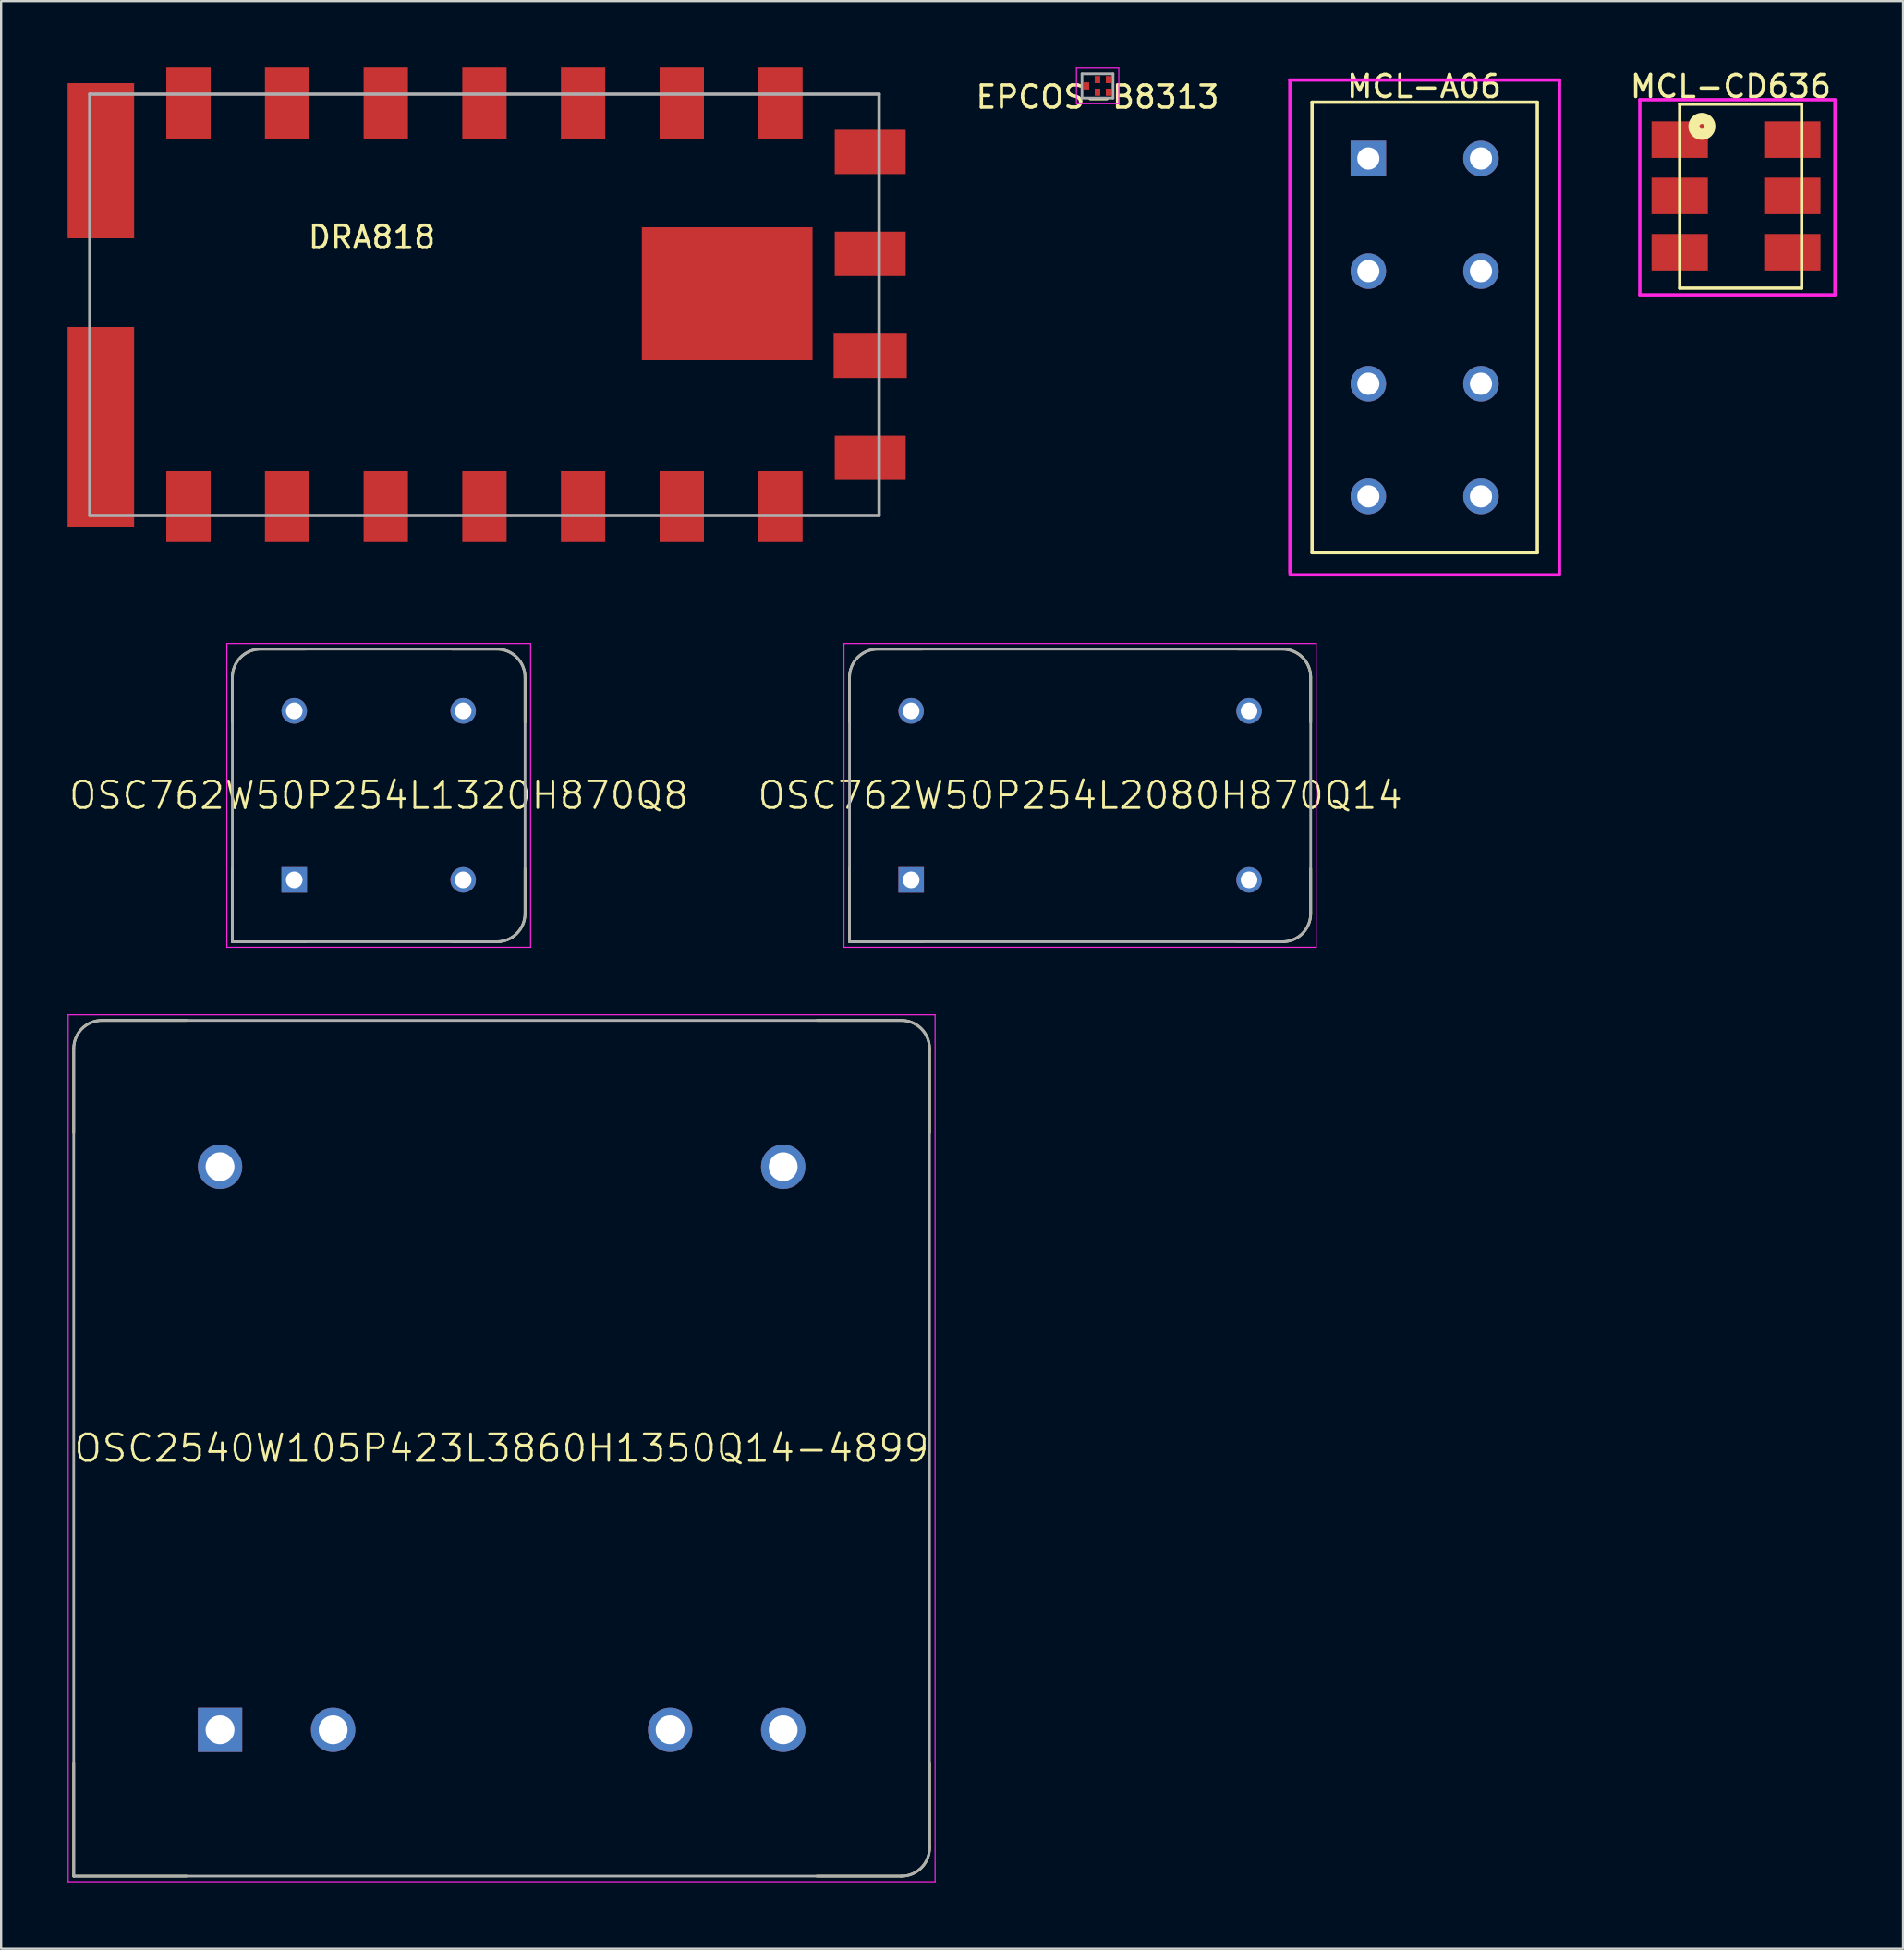
<source format=kicad_pcb>
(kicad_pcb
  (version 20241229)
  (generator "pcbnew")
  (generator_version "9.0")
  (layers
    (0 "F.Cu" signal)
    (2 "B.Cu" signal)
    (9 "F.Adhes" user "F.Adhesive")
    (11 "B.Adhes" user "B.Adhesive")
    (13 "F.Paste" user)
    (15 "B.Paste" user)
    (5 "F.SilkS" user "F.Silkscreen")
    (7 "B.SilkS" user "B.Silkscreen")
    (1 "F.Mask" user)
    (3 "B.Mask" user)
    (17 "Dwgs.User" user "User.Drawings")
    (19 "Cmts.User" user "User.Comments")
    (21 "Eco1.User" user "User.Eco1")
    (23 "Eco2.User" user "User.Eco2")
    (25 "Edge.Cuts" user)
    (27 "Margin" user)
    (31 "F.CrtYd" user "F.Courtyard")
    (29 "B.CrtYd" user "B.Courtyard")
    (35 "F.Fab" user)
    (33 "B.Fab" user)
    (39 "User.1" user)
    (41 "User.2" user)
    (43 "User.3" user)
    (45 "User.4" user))
  (footprint "MCL-A06"
    (layer "F.Cu")
    (at 61.207 11.719)
    (property "Reference" "MCL-A06" (at -0.025 -10.871 0) (layer "F.SilkS") (effects (font (size 1 1) (thickness 0.15))))
    (attr through_hole)
    (fp_line (start -5.08 -10.16) (end 5.08 -10.16) (stroke (width 0.15) (type solid)) (layer "F.SilkS"))
    (fp_line (start -5.08 10.16) (end -5.08 -10.16) (stroke (width 0.15) (type solid)) (layer "F.SilkS"))
    (fp_line (start 5.08 -10.16) (end 5.08 10.16) (stroke (width 0.15) (type solid)) (layer "F.SilkS"))
    (fp_line (start 5.08 10.16) (end -5.08 10.16) (stroke (width 0.15) (type solid)) (layer "F.SilkS"))
    (fp_line (start -6.08 -11.16) (end -6.08 11.06) (stroke (width 0.15) (type solid)) (layer "F.CrtYd"))
    (fp_line (start -6.08 -11.16) (end 6.08 -11.16) (stroke (width 0.15) (type solid)) (layer "F.CrtYd"))
    (fp_line (start -6.08 11.16) (end 6.08 11.16) (stroke (width 0.15) (type solid)) (layer "F.CrtYd"))
    (fp_line (start 6.08 -11.16) (end 6.08 11.16) (stroke (width 0.15) (type solid)) (layer "F.CrtYd"))
    (pad "1" thru_hole rect (at -2.54 -7.62) (size 1.6 1.6) (drill 1) (layers "*.Cu" "*.Mask"))
    (pad "2" thru_hole circle (at 2.54 -7.62) (size 1.6 1.6) (drill 1) (layers "*.Cu" "*.Mask"))
    (pad "3" thru_hole circle (at -2.54 -2.54) (size 1.6 1.6) (drill 1) (layers "*.Cu" "*.Mask"))
    (pad "4" thru_hole circle (at 2.54 -2.54) (size 1.6 1.6) (drill 1) (layers "*.Cu" "*.Mask"))
    (pad "5" thru_hole circle (at -2.54 2.54) (size 1.6 1.6) (drill 1) (layers "*.Cu" "*.Mask"))
    (pad "6" thru_hole circle (at 2.54 2.54) (size 1.6 1.6) (drill 1) (layers "*.Cu" "*.Mask"))
    (pad "7" thru_hole circle (at -2.54 7.62) (size 1.6 1.6) (drill 1) (layers "*.Cu" "*.Mask"))
    (pad "8" thru_hole circle (at 2.54 7.62) (size 1.6 1.6) (drill 1) (layers "*.Cu" "*.Mask")))
  (footprint "DRA818"
    (layer "F.Cu")
    (at 18.8 10.7)
    (property "Reference" "DRA818" (at -5.08 -3.048 0) (layer "F.SilkS") (effects (font (size 1 1) (thickness 0.15))))
    (attr through_hole)
    (fp_line (start -17.8 -9.5) (end 17.8 -9.5) (stroke (width 0.15) (type solid)) (layer "F.Fab"))
    (fp_line (start -17.8 9.5) (end -17.8 -9.5) (stroke (width 0.15) (type solid)) (layer "F.Fab"))
    (fp_line (start 17.8 -9.5) (end 17.8 9.5) (stroke (width 0.15) (type solid)) (layer "F.Fab"))
    (fp_line (start 17.8 9.5) (end -17.8 9.5) (stroke (width 0.15) (type solid)) (layer "F.Fab"))
    (pad "1" smd rect (at -13.35 -9.1) (size 2 3.2) (layers "F.Cu" "F.Mask" "F.Paste"))
    (pad "2" smd rect (at -8.9 -9.1) (size 2 3.2) (layers "F.Cu" "F.Mask" "F.Paste"))
    (pad "3" smd rect (at -4.45 -9.1) (size 2 3.2) (layers "F.Cu" "F.Mask" "F.Paste"))
    (pad "4" smd rect (at 0 -9.1) (size 2 3.2) (layers "F.Cu" "F.Mask" "F.Paste"))
    (pad "5" smd rect (at 4.45 -9.1) (size 2 3.2) (layers "F.Cu" "F.Mask" "F.Paste"))
    (pad "6" smd rect (at 8.9 -9.1) (size 2 3.2) (layers "F.Cu" "F.Mask" "F.Paste"))
    (pad "7" smd rect (at 13.35 -9.1) (size 2 3.2) (layers "F.Cu" "F.Mask" "F.Paste"))
    (pad "8" smd rect (at 17.4 -6.9 90) (size 2 3.2) (layers "F.Cu" "F.Mask" "F.Paste"))
    (pad "9" smd rect (at 17.4 -2.3 90) (size 2 3.2) (layers "F.Cu" "F.Mask" "F.Paste"))
    (pad "10" smd rect (at 17.4 2.3 90) (size 2 3.3) (layers "F.Cu" "F.Mask" "F.Paste"))
    (pad "11" smd rect (at 17.4 6.9 90) (size 2 3.2) (layers "F.Cu" "F.Mask" "F.Paste"))
    (pad "12" smd rect (at 13.35 9.1) (size 2 3.2) (layers "F.Cu" "F.Mask" "F.Paste"))
    (pad "13" smd rect (at 8.9 9.1) (size 2 3.2) (layers "F.Cu" "F.Mask" "F.Paste"))
    (pad "14" smd rect (at 4.45 9.1) (size 2 3.2) (layers "F.Cu" "F.Mask" "F.Paste"))
    (pad "15" smd rect (at 0 9.1) (size 2 3.2) (layers "F.Cu" "F.Mask" "F.Paste"))
    (pad "16" smd rect (at -4.45 9.1) (size 2 3.2) (layers "F.Cu" "F.Mask" "F.Paste"))
    (pad "17" smd rect (at -8.9 9.1) (size 2 3.2) (layers "F.Cu" "F.Mask" "F.Paste"))
    (pad "18" smd rect (at -13.35 9.1) (size 2 3.2) (layers "F.Cu" "F.Mask" "F.Paste"))
    (pad "P1" smd rect (at 10.95 -0.5) (size 7.7 6) (layers "F.Cu" "F.Mask" "F.Paste"))
    (pad "P2" smd rect (at -17.3 -6.5) (size 3 7) (layers "F.Cu" "F.Mask" "F.Paste"))
    (pad "P3" smd rect (at -17.3 5.5) (size 3 9) (layers "F.Cu" "F.Mask" "F.Paste")))
  (footprint "OSC762W50P254L1320H870Q8"
    (layer "F.Cu")
    (at 14.031 32.829)
    (property "Reference" "OSC762W50P254L1320H870Q8" (at 0 0 0) (layer "F.SilkS") (effects (font (size 1.2 1.2) (thickness 0.12))))
    (attr through_hole)
    (fp_line (start -6.6 -5.33) (end -6.6 -3.3) (stroke (width 0.12) (type solid)) (layer "F.SilkS"))
    (fp_line (start -6.6 6.6) (end -6.6 3.3) (stroke (width 0.12) (type solid)) (layer "F.SilkS"))
    (fp_line (start -3.3 -6.6) (end -5.33 -6.6) (stroke (width 0.12) (type solid)) (layer "F.SilkS"))
    (fp_line (start -3.3 6.6) (end -6.6 6.6) (stroke (width 0.12) (type solid)) (layer "F.SilkS"))
    (fp_line (start 3.3 6.6) (end 5.33 6.6) (stroke (width 0.12) (type solid)) (layer "F.SilkS"))
    (fp_line (start 5.33 -6.6) (end 3.3 -6.6) (stroke (width 0.12) (type solid)) (layer "F.SilkS"))
    (fp_line (start 6.6 -3.3) (end 6.6 -5.33) (stroke (width 0.12) (type solid)) (layer "F.SilkS"))
    (fp_line (start 6.6 5.33) (end 6.6 3.3) (stroke (width 0.12) (type solid)) (layer "F.SilkS"))
    (fp_arc (start -6.6 -5.33) (mid -6.228026 -6.228026) (end -5.33 -6.6) (stroke (width 0.12) (type solid)) (layer "F.SilkS"))
    (fp_arc (start 5.33 -6.6) (mid 6.228026 -6.228026) (end 6.6 -5.33) (stroke (width 0.12) (type solid)) (layer "F.SilkS"))
    (fp_arc (start 6.6 5.33) (mid 6.228026 6.228026) (end 5.33 6.6) (stroke (width 0.12) (type solid)) (layer "F.SilkS"))
    (fp_line (start -6.85 -6.85) (end 6.85 -6.85) (stroke (width 0.05) (type solid)) (layer "F.CrtYd"))
    (fp_line (start -6.85 6.85) (end -6.85 -6.85) (stroke (width 0.05) (type solid)) (layer "F.CrtYd"))
    (fp_line (start 6.85 -6.85) (end 6.85 6.85) (stroke (width 0.05) (type solid)) (layer "F.CrtYd"))
    (fp_line (start 6.85 6.85) (end -6.85 6.85) (stroke (width 0.05) (type solid)) (layer "F.CrtYd"))
    (fp_line (start -6.6 -5.33) (end -6.6 6.6) (stroke (width 0.12) (type solid)) (layer "F.Fab"))
    (fp_line (start -6.6 6.6) (end 5.33 6.6) (stroke (width 0.12) (type solid)) (layer "F.Fab"))
    (fp_line (start 5.33 -6.6) (end -5.33 -6.6) (stroke (width 0.12) (type solid)) (layer "F.Fab"))
    (fp_line (start 6.6 5.33) (end 6.6 -5.33) (stroke (width 0.12) (type solid)) (layer "F.Fab"))
    (fp_arc (start -6.6 -5.33) (mid -6.228026 -6.228026) (end -5.33 -6.6) (stroke (width 0.12) (type solid)) (layer "F.Fab"))
    (fp_arc (start 5.33 -6.6) (mid 6.228026 -6.228026) (end 6.6 -5.33) (stroke (width 0.12) (type solid)) (layer "F.Fab"))
    (fp_arc (start 6.6 5.33) (mid 6.228026 6.228026) (end 5.33 6.6) (stroke (width 0.12) (type solid)) (layer "F.Fab"))
    (pad "1" thru_hole rect (at -3.81 3.81) (size 1.15 1.15) (drill 0.75) (layers "*.Cu" "*.Mask"))
    (pad "4" thru_hole circle (at 3.81 3.81) (size 1.15 1.15) (drill 0.75) (layers "*.Cu" "*.Mask"))
    (pad "5" thru_hole circle (at 3.81 -3.81) (size 1.15 1.15) (drill 0.75) (layers "*.Cu" "*.Mask"))
    (pad "8" thru_hole circle (at -3.81 -3.81) (size 1.15 1.15) (drill 0.75) (layers "*.Cu" "*.Mask")))
  (footprint "OSC762W50P254L2080H870Q14"
    (layer "F.Cu")
    (at 45.666 32.829)
    (property "Reference" "OSC762W50P254L2080H870Q14" (at 0 0 0) (layer "F.SilkS") (effects (font (size 1.2 1.2) (thickness 0.12))))
    (attr through_hole)
    (fp_line (start -10.4 -5.33) (end -10.4 -3.3) (stroke (width 0.12) (type solid)) (layer "F.SilkS"))
    (fp_line (start -10.4 6.6) (end -10.4 3.3) (stroke (width 0.12) (type solid)) (layer "F.SilkS"))
    (fp_line (start -7.1 -6.6) (end -9.13 -6.6) (stroke (width 0.12) (type solid)) (layer "F.SilkS"))
    (fp_line (start -7.1 6.6) (end -10.4 6.6) (stroke (width 0.12) (type solid)) (layer "F.SilkS"))
    (fp_line (start 7.1 6.6) (end 9.13 6.6) (stroke (width 0.12) (type solid)) (layer "F.SilkS"))
    (fp_line (start 9.13 -6.6) (end 7.1 -6.6) (stroke (width 0.12) (type solid)) (layer "F.SilkS"))
    (fp_line (start 10.4 -3.3) (end 10.4 -5.33) (stroke (width 0.12) (type solid)) (layer "F.SilkS"))
    (fp_line (start 10.4 5.33) (end 10.4 3.3) (stroke (width 0.12) (type solid)) (layer "F.SilkS"))
    (fp_arc (start -10.4 -5.33) (mid -10.028026 -6.228026) (end -9.13 -6.6) (stroke (width 0.12) (type solid)) (layer "F.SilkS"))
    (fp_arc (start 9.13 -6.6) (mid 10.028026 -6.228026) (end 10.4 -5.33) (stroke (width 0.12) (type solid)) (layer "F.SilkS"))
    (fp_arc (start 10.4 5.33) (mid 10.028026 6.228026) (end 9.13 6.6) (stroke (width 0.12) (type solid)) (layer "F.SilkS"))
    (fp_line (start -10.65 -6.85) (end 10.65 -6.85) (stroke (width 0.05) (type solid)) (layer "F.CrtYd"))
    (fp_line (start -10.65 6.85) (end -10.65 -6.85) (stroke (width 0.05) (type solid)) (layer "F.CrtYd"))
    (fp_line (start 10.65 -6.85) (end 10.65 6.85) (stroke (width 0.05) (type solid)) (layer "F.CrtYd"))
    (fp_line (start 10.65 6.85) (end -10.65 6.85) (stroke (width 0.05) (type solid)) (layer "F.CrtYd"))
    (fp_line (start -10.4 -5.33) (end -10.4 6.6) (stroke (width 0.12) (type solid)) (layer "F.Fab"))
    (fp_line (start -10.4 6.6) (end 9.13 6.6) (stroke (width 0.12) (type solid)) (layer "F.Fab"))
    (fp_line (start 9.13 -6.6) (end -9.13 -6.6) (stroke (width 0.12) (type solid)) (layer "F.Fab"))
    (fp_line (start 10.4 5.33) (end 10.4 -5.33) (stroke (width 0.12) (type solid)) (layer "F.Fab"))
    (fp_arc (start -10.4 -5.33) (mid -10.028026 -6.228026) (end -9.13 -6.6) (stroke (width 0.12) (type solid)) (layer "F.Fab"))
    (fp_arc (start 9.13 -6.6) (mid 10.028026 -6.228026) (end 10.4 -5.33) (stroke (width 0.12) (type solid)) (layer "F.Fab"))
    (fp_arc (start 10.4 5.33) (mid 10.028026 6.228026) (end 9.13 6.6) (stroke (width 0.12) (type solid)) (layer "F.Fab"))
    (pad "1" thru_hole rect (at -7.62 3.81) (size 1.15 1.15) (drill 0.75) (layers "*.Cu" "*.Mask"))
    (pad "7" thru_hole circle (at 7.62 3.81) (size 1.15 1.15) (drill 0.75) (layers "*.Cu" "*.Mask"))
    (pad "8" thru_hole circle (at 7.62 -3.81) (size 1.15 1.15) (drill 0.75) (layers "*.Cu" "*.Mask"))
    (pad "14" thru_hole circle (at -7.62 -3.81) (size 1.15 1.15) (drill 0.75) (layers "*.Cu" "*.Mask")))
  (footprint "OSC2540W105P423L3860H1350Q14-4899"
    (layer "F.Cu")
    (at 19.575 62.279)
    (property "Reference" "OSC2540W105P423L3860H1350Q14-4899" (at 0 0 0) (layer "F.SilkS") (effects (font (size 1.2 1.2) (thickness 0.12))))
    (attr through_hole)
    (fp_line (start -19.3 -18.03) (end -19.3 -14.22) (stroke (width 0.12) (type solid)) (layer "F.SilkS"))
    (fp_line (start -19.3 19.3) (end -19.3 14.22) (stroke (width 0.12) (type solid)) (layer "F.SilkS"))
    (fp_line (start -14.22 -19.3) (end -18.03 -19.3) (stroke (width 0.12) (type solid)) (layer "F.SilkS"))
    (fp_line (start -14.22 19.3) (end -19.3 19.3) (stroke (width 0.12) (type solid)) (layer "F.SilkS"))
    (fp_line (start 14.22 19.3) (end 18.03 19.3) (stroke (width 0.12) (type solid)) (layer "F.SilkS"))
    (fp_line (start 18.03 -19.3) (end 14.22 -19.3) (stroke (width 0.12) (type solid)) (layer "F.SilkS"))
    (fp_line (start 19.3 -14.22) (end 19.3 -18.03) (stroke (width 0.12) (type solid)) (layer "F.SilkS"))
    (fp_line (start 19.3 18.03) (end 19.3 14.22) (stroke (width 0.12) (type solid)) (layer "F.SilkS"))
    (fp_arc (start -19.3 -18.03) (mid -18.928026 -18.928026) (end -18.03 -19.3) (stroke (width 0.12) (type solid)) (layer "F.SilkS"))
    (fp_arc (start 18.03 -19.3) (mid 18.928026 -18.928026) (end 19.3 -18.03) (stroke (width 0.12) (type solid)) (layer "F.SilkS"))
    (fp_arc (start 19.3 18.03) (mid 18.928026 18.928026) (end 18.03 19.3) (stroke (width 0.12) (type solid)) (layer "F.SilkS"))
    (fp_line (start -19.55 -19.55) (end 19.55 -19.55) (stroke (width 0.05) (type solid)) (layer "F.CrtYd"))
    (fp_line (start -19.55 19.55) (end -19.55 -19.55) (stroke (width 0.05) (type solid)) (layer "F.CrtYd"))
    (fp_line (start 19.55 -19.55) (end 19.55 19.55) (stroke (width 0.05) (type solid)) (layer "F.CrtYd"))
    (fp_line (start 19.55 19.55) (end -19.55 19.55) (stroke (width 0.05) (type solid)) (layer "F.CrtYd"))
    (fp_line (start -19.3 -18.03) (end -19.3 19.3) (stroke (width 0.12) (type solid)) (layer "F.Fab"))
    (fp_line (start -19.3 19.3) (end 18.03 19.3) (stroke (width 0.12) (type solid)) (layer "F.Fab"))
    (fp_line (start 18.03 -19.3) (end -18.03 -19.3) (stroke (width 0.12) (type solid)) (layer "F.Fab"))
    (fp_line (start 19.3 18.03) (end 19.3 -18.03) (stroke (width 0.12) (type solid)) (layer "F.Fab"))
    (fp_arc (start -19.3 -18.03) (mid -18.928026 -18.928026) (end -18.03 -19.3) (stroke (width 0.12) (type solid)) (layer "F.Fab"))
    (fp_arc (start 18.03 -19.3) (mid 18.928026 -18.928026) (end 19.3 -18.03) (stroke (width 0.12) (type solid)) (layer "F.Fab"))
    (fp_arc (start 19.3 18.03) (mid 18.928026 18.928026) (end 18.03 19.3) (stroke (width 0.12) (type solid)) (layer "F.Fab"))
    (pad "1" thru_hole rect (at -12.7 12.7) (size 2 2) (drill 1.3) (layers "*.Cu" "*.Mask"))
    (pad "2" thru_hole circle (at -7.6 12.7) (size 2 2) (drill 1.3) (layers "*.Cu" "*.Mask"))
    (pad "3" thru_hole circle (at 7.6 12.7) (size 2 2) (drill 1.3) (layers "*.Cu" "*.Mask"))
    (pad "4" thru_hole circle (at 12.7 12.7) (size 2 2) (drill 1.3) (layers "*.Cu" "*.Mask"))
    (pad "5" thru_hole circle (at 12.7 -12.7) (size 2 2) (drill 1.3) (layers "*.Cu" "*.Mask"))
    (pad "6" thru_hole circle (at -12.7 -12.7) (size 2 2) (drill 1.3) (layers "*.Cu" "*.Mask")))
  (footprint "MCL-CD636"
    (layer "F.Cu")
    (at 72.711 3.248)
    (property "Reference" "MCL-CD636" (at 2.3 -2.4 0) (layer "F.SilkS") (effects (font (size 1 1) (thickness 0.15))))
    (attr through_hole)
    (fp_line (start 0 -1.6) (end 5.5 -1.6) (stroke (width 0.15) (type solid)) (layer "F.SilkS"))
    (fp_line (start 0 6.7) (end 0 -1.6) (stroke (width 0.15) (type solid)) (layer "F.SilkS"))
    (fp_line (start 5.5 -1.6) (end 5.5 6.7) (stroke (width 0.15) (type solid)) (layer "F.SilkS"))
    (fp_line (start 5.5 6.7) (end 0 6.7) (stroke (width 0.15) (type solid)) (layer "F.SilkS"))
    (fp_circle (center 1 -0.6) (end 0.7 -0.8) (stroke (width 0.5) (type solid)) (fill no) (layer "F.SilkS"))
    (fp_line (start -1.8 -1.8) (end -1.8 7) (stroke (width 0.15) (type solid)) (layer "F.CrtYd"))
    (fp_line (start -1.8 -1.8) (end 7 -1.8) (stroke (width 0.15) (type solid)) (layer "F.CrtYd"))
    (fp_line (start -1.8 7) (end 7 7) (stroke (width 0.15) (type solid)) (layer "F.CrtYd"))
    (fp_line (start 7 -1.8) (end 7 7) (stroke (width 0.15) (type solid)) (layer "F.CrtYd"))
    (pad "1" smd rect (at 0 0) (size 2.54 1.65) (layers "F.Cu" "F.Mask" "F.Paste"))
    (pad "2" smd rect (at 0 2.54) (size 2.54 1.65) (layers "F.Cu" "F.Mask" "F.Paste"))
    (pad "3" smd rect (at 0 5.08) (size 2.54 1.65) (layers "F.Cu" "F.Mask" "F.Paste"))
    (pad "4" smd rect (at 5.08 5.08) (size 2.54 1.65) (layers "F.Cu" "F.Mask" "F.Paste"))
    (pad "5" smd rect (at 5.08 2.54) (size 2.54 1.65) (layers "F.Cu" "F.Mask" "F.Paste"))
    (pad "6" smd rect (at 5.08 0) (size 2.54 1.65) (layers "F.Cu" "F.Mask" "F.Paste")))
  (footprint "EPCOS-B8313"
    (layer "F.Cu")
    (at 46.451 0.825)
    (property "Reference" "EPCOS-B8313" (at 0 0.5 0) (layer "F.SilkS") (effects (font (size 1 1) (thickness 0.15))))
    (attr through_hole)
    (fp_line (start -0.95 -0.8) (end 0.95 -0.8) (stroke (width 0.05) (type solid)) (layer "F.CrtYd"))
    (fp_line (start -0.95 0.8) (end -0.95 -0.8) (stroke (width 0.05) (type solid)) (layer "F.CrtYd"))
    (fp_line (start 0.95 0.8) (end -0.95 0.8) (stroke (width 0.05) (type solid)) (layer "F.CrtYd"))
    (fp_line (start 0.96 -0.8) (end 0.96 0.8) (stroke (width 0.05) (type solid)) (layer "F.CrtYd"))
    (fp_line (start -0.7 -0.55) (end 0.7 -0.55) (stroke (width 0.12) (type solid)) (layer "F.Fab"))
    (fp_line (start -0.7 0.55) (end -0.7 -0.55) (stroke (width 0.12) (type solid)) (layer "F.Fab"))
    (fp_line (start 0.7 -0.55) (end 0.7 0.55) (stroke (width 0.12) (type solid)) (layer "F.Fab"))
    (fp_line (start 0.7 0.55) (end -0.7 0.55) (stroke (width 0.12) (type solid)) (layer "F.Fab"))
    (pad "1" smd rect (at -0.5 0) (size 0.25 0.325) (layers "F.Cu" "F.Mask" "F.Paste"))
    (pad "2" smd rect (at 0 0.287) (size 0.25 0.325) (layers "F.Cu" "F.Mask" "F.Paste"))
    (pad "3" smd rect (at 0.5 0.287) (size 0.25 0.325) (layers "F.Cu" "F.Mask" "F.Paste"))
    (pad "4" smd rect (at 0.5 -0.287) (size 0.25 0.325) (layers "F.Cu" "F.Mask" "F.Paste"))
    (pad "5" smd rect (at 0 -0.287) (size 0.25 0.325) (layers "F.Cu" "F.Mask" "F.Paste")))
  (gr_rect
    (start -3 -3)
    (end 82.786 84.854)
    (stroke (width 0.1) (type default))
    (fill no)
    (layer "Edge.Cuts")))
</source>
